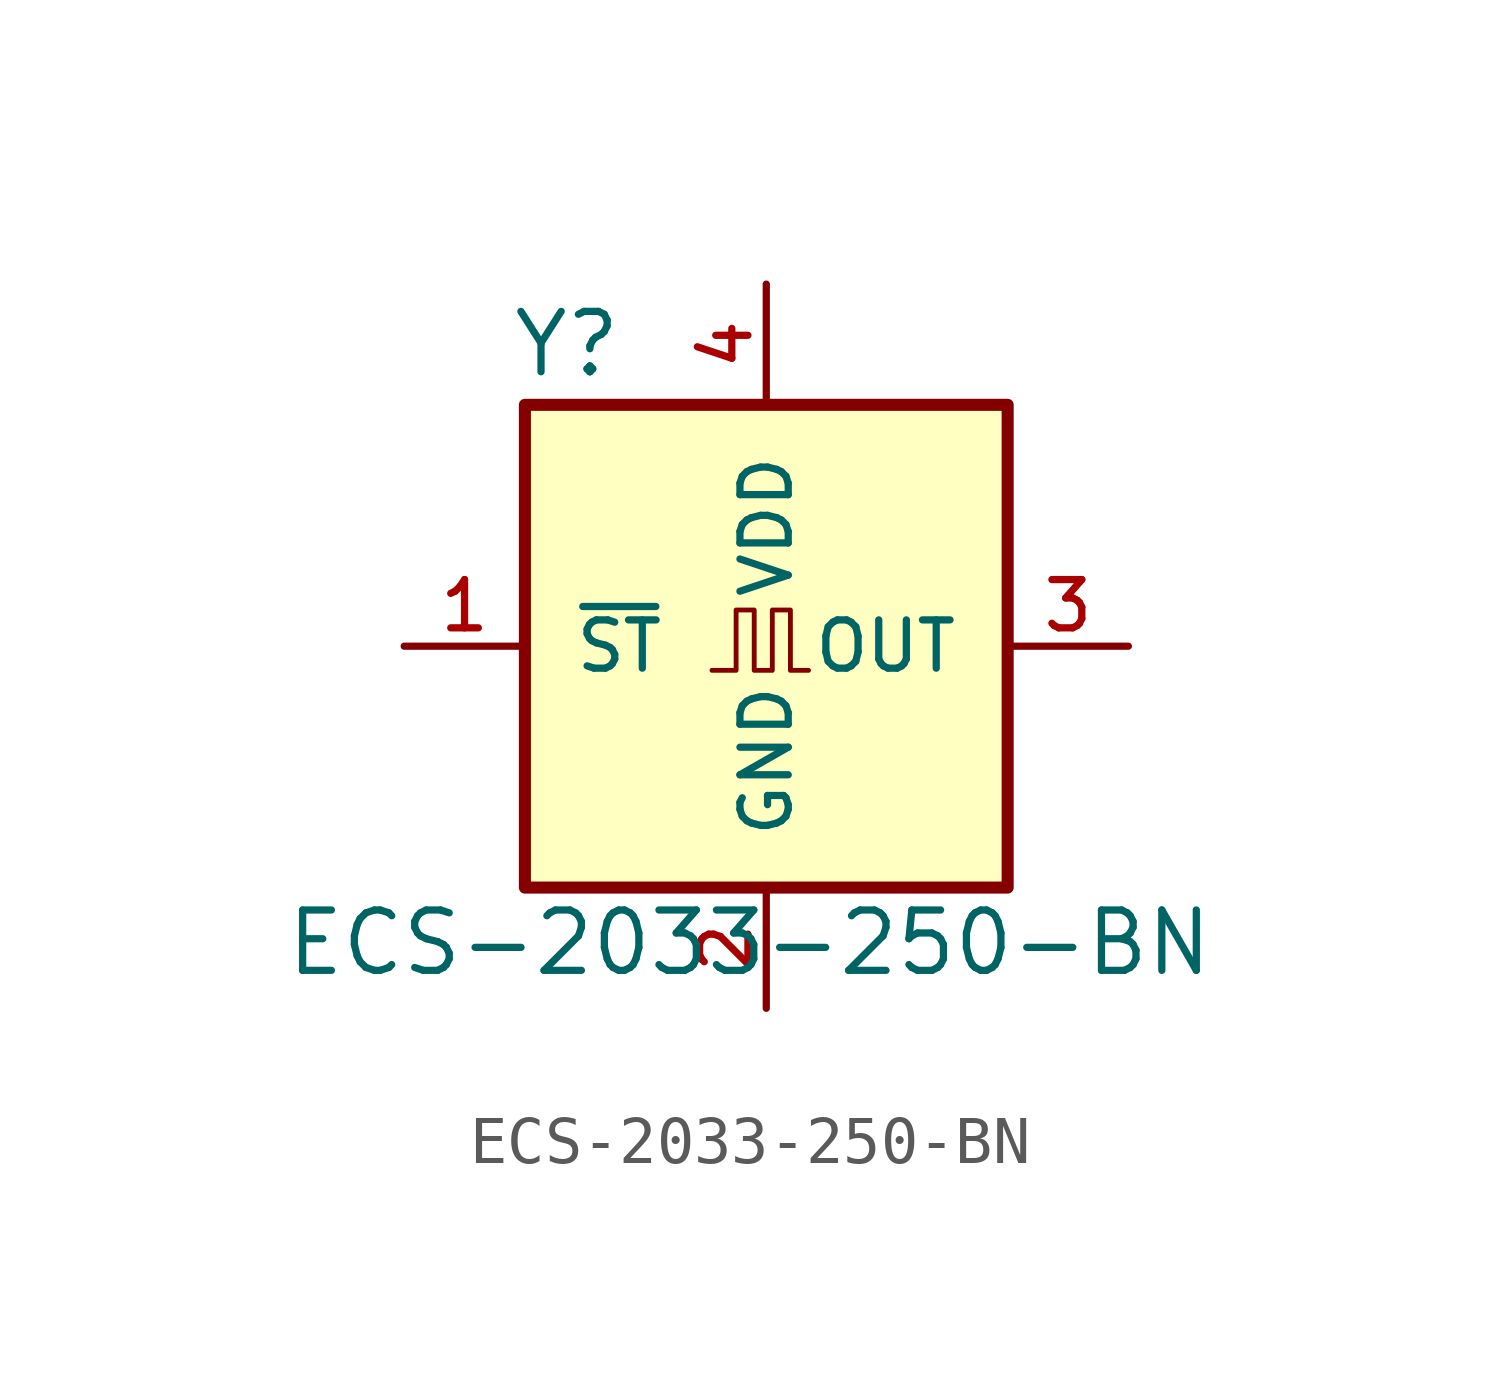
<source format=kicad_sym>
(kicad_symbol_lib
  (version 20241209)
  (generator "kicad_symbol_editor")
  (generator_version "9.0")
  (symbol "ECS-2033-250-BN"
    (pin_names
      (offset 1.016))
    (property "Reference" "Y"
      (at -5.385 5.613 0)
      (effects (font (size 1.27 1.27)) (justify left bottom)))
    (property "Value" "ECS-2033-250-BN"
      (at -10.16 -6.985 0)
      (effects (font (size 1.27 1.27)) (justify left bottom)))
    (symbol "ECS-2033-250-BN_0_0"
      (rectangle (start -5.08 -5.08) (end 5.08 5.08) (stroke (width 0.254) (type solid)) (fill (type background)))
      (polyline (pts (xy -1.143 -0.508) (xy -0.635 -0.508) (xy -0.635 0.762) (xy -0.254 0.762) (xy -0.254 -0.508) (xy 0.127 -0.508) (xy 0.127 0.762) (xy 0.508 0.762) (xy 0.508 -0.508) (xy 0.889 -0.508)) (stroke (width 0.102) (type solid)) (fill (type none)))
      (pin input line (at -7.62 0 0) (length 2.54) (name "~{ST}" (effects (font (size 1.016 1.016)))) (number "1" (effects (font (size 1.016 1.016)))))
      (pin input line (at 0 7.62 270) (length 2.54) (name "VDD" (effects (font (size 1.016 1.016)))) (number "4" (effects (font (size 1.016 1.016)))))
      (pin power_in line (at 0 -7.62 90) (length 2.54) (name "GND" (effects (font (size 1.016 1.016)))) (number "2" (effects (font (size 1.016 1.016)))))
      (pin output line (at 7.62 0 180) (length 2.54) (name "OUT" (effects (font (size 1.016 1.016)))) (number "3" (effects (font (size 1.016 1.016))))))))
</source>
